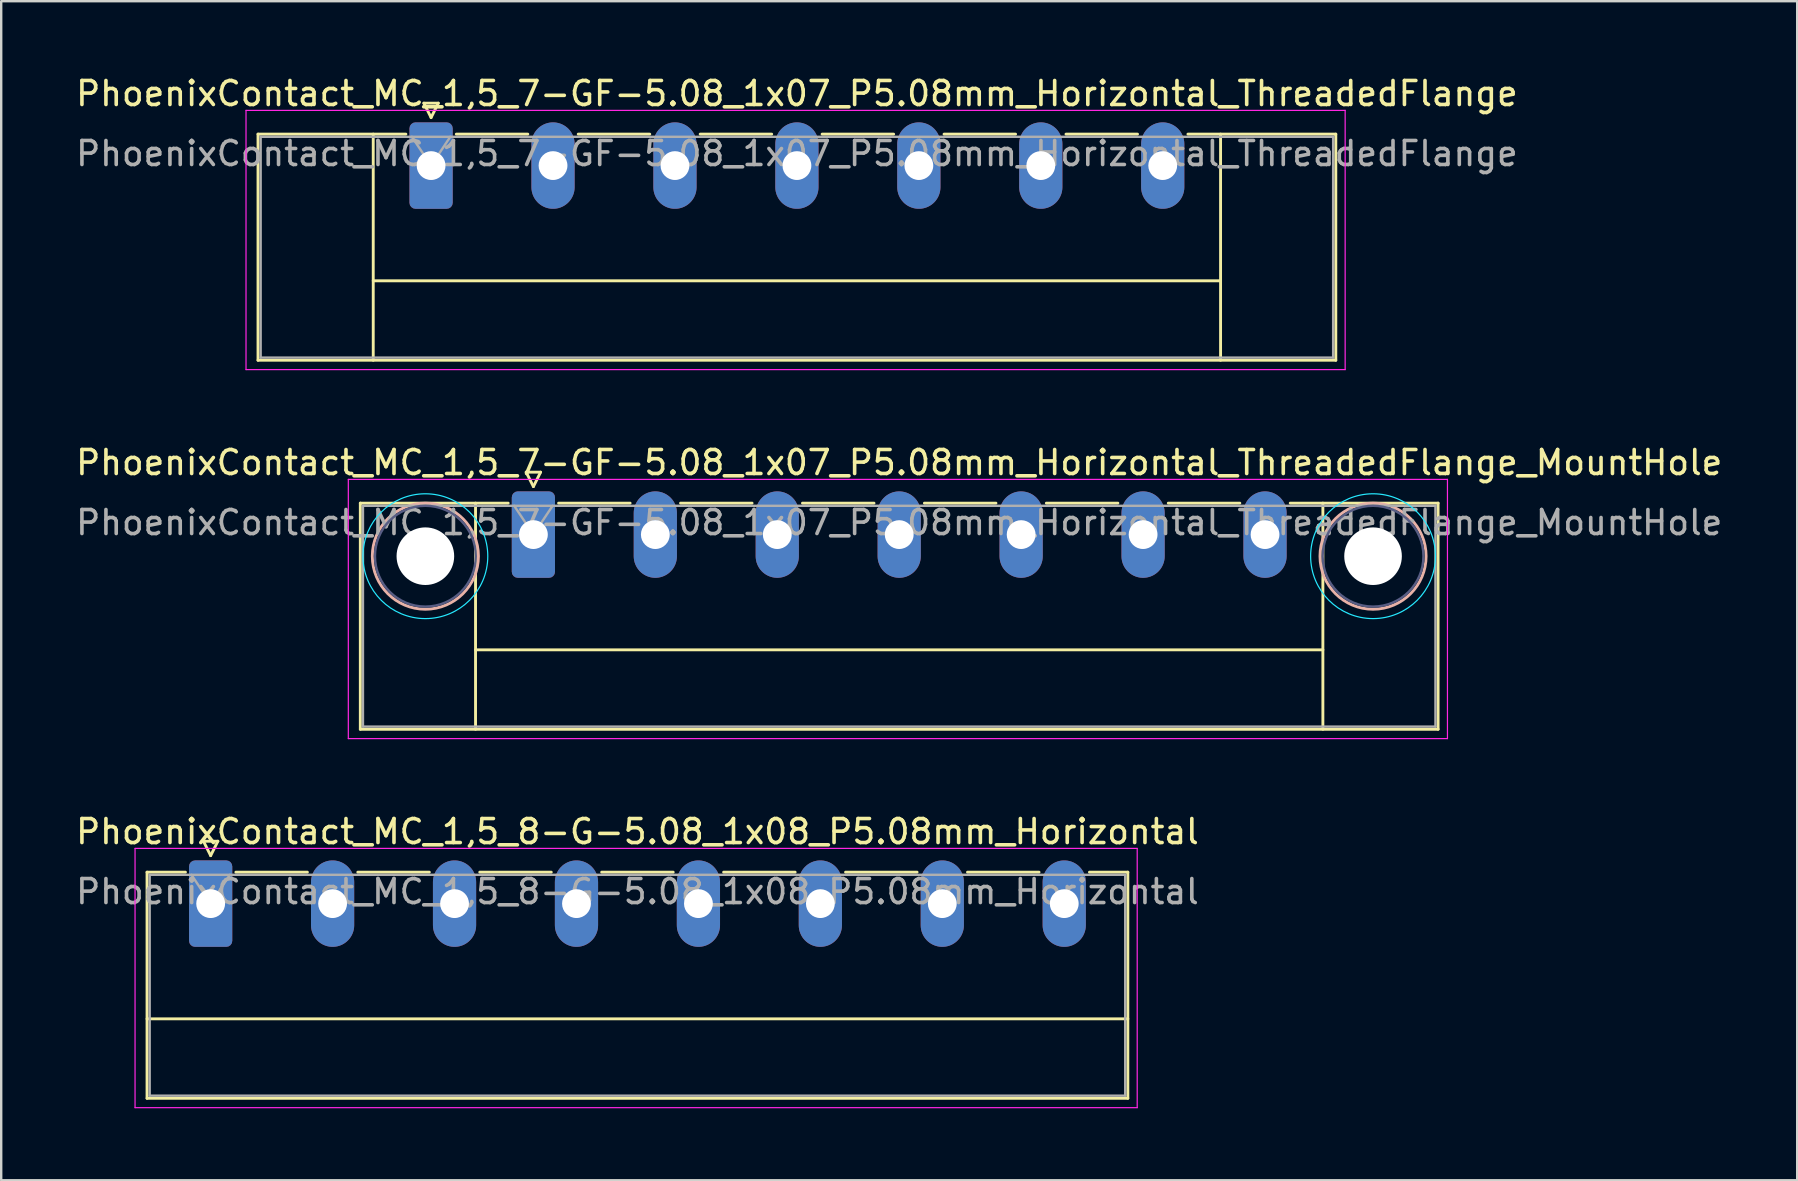
<source format=kicad_pcb>
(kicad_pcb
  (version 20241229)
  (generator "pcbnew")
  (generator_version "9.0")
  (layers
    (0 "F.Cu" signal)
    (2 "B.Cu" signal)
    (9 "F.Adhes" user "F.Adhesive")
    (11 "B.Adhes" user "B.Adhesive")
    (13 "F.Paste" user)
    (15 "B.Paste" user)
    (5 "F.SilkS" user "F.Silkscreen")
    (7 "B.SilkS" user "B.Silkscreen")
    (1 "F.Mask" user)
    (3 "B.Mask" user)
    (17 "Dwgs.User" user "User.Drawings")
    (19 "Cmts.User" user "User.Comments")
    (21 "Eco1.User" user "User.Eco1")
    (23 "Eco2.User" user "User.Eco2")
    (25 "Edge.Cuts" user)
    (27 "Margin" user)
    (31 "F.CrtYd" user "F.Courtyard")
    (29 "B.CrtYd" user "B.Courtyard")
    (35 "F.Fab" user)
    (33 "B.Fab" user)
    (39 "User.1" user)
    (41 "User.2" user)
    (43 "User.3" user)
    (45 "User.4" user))
  (footprint "PhoenixContact_MC_1,5_8-G-5.08_1x08_P5.08mm_Horizontal"
    (layer "F.Cu")
    (at 5.726 34.595)
    (property "Reference" "PhoenixContact_MC_1,5_8-G-5.08_1x08_P5.08mm_Horizontal" (at 17.78 -3 0) (layer "F.SilkS") (effects (font (size 1 1) (thickness 0.15))))
    (attr through_hole)
    (fp_line (start -2.65 -1.31) (end -2.65 8.11) (stroke (width 0.12) (type solid)) (layer "F.SilkS"))
    (fp_line (start -2.65 -1.31) (end -1.05 -1.31) (stroke (width 0.12) (type solid)) (layer "F.SilkS"))
    (fp_line (start -2.65 4.8) (end 38.21 4.8) (stroke (width 0.12) (type solid)) (layer "F.SilkS"))
    (fp_line (start -2.65 8.11) (end 38.21 8.11) (stroke (width 0.12) (type solid)) (layer "F.SilkS"))
    (fp_line (start -0.3 -2.6) (end 0.3 -2.6) (stroke (width 0.12) (type solid)) (layer "F.SilkS"))
    (fp_line (start 0 -2) (end -0.3 -2.6) (stroke (width 0.12) (type solid)) (layer "F.SilkS"))
    (fp_line (start 0.3 -2.6) (end 0 -2) (stroke (width 0.12) (type solid)) (layer "F.SilkS"))
    (fp_line (start 1.05 -1.31) (end 4.03 -1.31) (stroke (width 0.12) (type solid)) (layer "F.SilkS"))
    (fp_line (start 6.13 -1.31) (end 9.11 -1.31) (stroke (width 0.12) (type solid)) (layer "F.SilkS"))
    (fp_line (start 11.21 -1.31) (end 14.19 -1.31) (stroke (width 0.12) (type solid)) (layer "F.SilkS"))
    (fp_line (start 16.29 -1.31) (end 19.27 -1.31) (stroke (width 0.12) (type solid)) (layer "F.SilkS"))
    (fp_line (start 21.37 -1.31) (end 24.35 -1.31) (stroke (width 0.12) (type solid)) (layer "F.SilkS"))
    (fp_line (start 26.45 -1.31) (end 29.43 -1.31) (stroke (width 0.12) (type solid)) (layer "F.SilkS"))
    (fp_line (start 31.53 -1.31) (end 34.51 -1.31) (stroke (width 0.12) (type solid)) (layer "F.SilkS"))
    (fp_line (start 38.21 -1.31) (end 36.61 -1.31) (stroke (width 0.12) (type solid)) (layer "F.SilkS"))
    (fp_line (start 38.21 8.11) (end 38.21 -1.31) (stroke (width 0.12) (type solid)) (layer "F.SilkS"))
    (fp_line (start -3.15 -2.3) (end -3.15 8.5) (stroke (width 0.05) (type solid)) (layer "F.CrtYd"))
    (fp_line (start -3.15 8.5) (end 38.6 8.5) (stroke (width 0.05) (type solid)) (layer "F.CrtYd"))
    (fp_line (start 38.6 -2.3) (end -3.15 -2.3) (stroke (width 0.05) (type solid)) (layer "F.CrtYd"))
    (fp_line (start 38.6 8.5) (end 38.6 -2.3) (stroke (width 0.05) (type solid)) (layer "F.CrtYd"))
    (fp_line (start -2.54 -1.2) (end -2.54 8) (stroke (width 0.1) (type solid)) (layer "F.Fab"))
    (fp_line (start -2.54 8) (end 38.1 8) (stroke (width 0.1) (type solid)) (layer "F.Fab"))
    (fp_line (start 0 0) (end -0.8 -1.2) (stroke (width 0.1) (type solid)) (layer "F.Fab"))
    (fp_line (start 0.8 -1.2) (end 0 0) (stroke (width 0.1) (type solid)) (layer "F.Fab"))
    (fp_line (start 38.1 -1.2) (end -2.54 -1.2) (stroke (width 0.1) (type solid)) (layer "F.Fab"))
    (fp_line (start 38.1 8) (end 38.1 -1.2) (stroke (width 0.1) (type solid)) (layer "F.Fab"))
    (fp_text user "${REFERENCE}" (at 17.78 -0.5 0) (layer "F.Fab") (effects (font (size 1 1) (thickness 0.15))))
    (pad "1" thru_hole roundrect (at 0 0) (size 1.8 3.6) (drill 1.2) (layers "*.Cu" "*.Mask") (roundrect_rratio 0.139))
    (pad "2" thru_hole oval (at 5.08 0) (size 1.8 3.6) (drill 1.2) (layers "*.Cu" "*.Mask"))
    (pad "3" thru_hole oval (at 10.16 0) (size 1.8 3.6) (drill 1.2) (layers "*.Cu" "*.Mask"))
    (pad "4" thru_hole oval (at 15.24 0) (size 1.8 3.6) (drill 1.2) (layers "*.Cu" "*.Mask"))
    (pad "5" thru_hole oval (at 20.32 0) (size 1.8 3.6) (drill 1.2) (layers "*.Cu" "*.Mask"))
    (pad "6" thru_hole oval (at 25.4 0) (size 1.8 3.6) (drill 1.2) (layers "*.Cu" "*.Mask"))
    (pad "7" thru_hole oval (at 30.48 0) (size 1.8 3.6) (drill 1.2) (layers "*.Cu" "*.Mask"))
    (pad "8" thru_hole oval (at 35.56 0) (size 1.8 3.6) (drill 1.2) (layers "*.Cu" "*.Mask")))
  (footprint "PhoenixContact_MC_1,5_7-GF-5.08_1x07_P5.08mm_Horizontal_ThreadedFlange"
    (layer "F.Cu")
    (at 14.909 3.848)
    (property "Reference" "PhoenixContact_MC_1,5_7-GF-5.08_1x07_P5.08mm_Horizontal_ThreadedFlange" (at 15.24 -3 0) (layer "F.SilkS") (effects (font (size 1 1) (thickness 0.15))))
    (attr through_hole)
    (fp_line (start -7.21 -1.31) (end -7.21 8.11) (stroke (width 0.12) (type solid)) (layer "F.SilkS"))
    (fp_line (start -7.21 -1.31) (end -1.05 -1.31) (stroke (width 0.12) (type solid)) (layer "F.SilkS"))
    (fp_line (start -7.21 8.11) (end 37.69 8.11) (stroke (width 0.12) (type solid)) (layer "F.SilkS"))
    (fp_line (start -2.41 -1.31) (end -2.41 8.11) (stroke (width 0.12) (type solid)) (layer "F.SilkS"))
    (fp_line (start -2.41 4.8) (end 32.89 4.8) (stroke (width 0.12) (type solid)) (layer "F.SilkS"))
    (fp_line (start -0.3 -2.6) (end 0.3 -2.6) (stroke (width 0.12) (type solid)) (layer "F.SilkS"))
    (fp_line (start 0 -2) (end -0.3 -2.6) (stroke (width 0.12) (type solid)) (layer "F.SilkS"))
    (fp_line (start 0.3 -2.6) (end 0 -2) (stroke (width 0.12) (type solid)) (layer "F.SilkS"))
    (fp_line (start 1.05 -1.31) (end 4.03 -1.31) (stroke (width 0.12) (type solid)) (layer "F.SilkS"))
    (fp_line (start 6.13 -1.31) (end 9.11 -1.31) (stroke (width 0.12) (type solid)) (layer "F.SilkS"))
    (fp_line (start 11.21 -1.31) (end 14.19 -1.31) (stroke (width 0.12) (type solid)) (layer "F.SilkS"))
    (fp_line (start 16.29 -1.31) (end 19.27 -1.31) (stroke (width 0.12) (type solid)) (layer "F.SilkS"))
    (fp_line (start 21.37 -1.31) (end 24.35 -1.31) (stroke (width 0.12) (type solid)) (layer "F.SilkS"))
    (fp_line (start 26.45 -1.31) (end 29.43 -1.31) (stroke (width 0.12) (type solid)) (layer "F.SilkS"))
    (fp_line (start 32.89 -1.31) (end 32.89 8.11) (stroke (width 0.12) (type solid)) (layer "F.SilkS"))
    (fp_line (start 37.69 -1.31) (end 31.53 -1.31) (stroke (width 0.12) (type solid)) (layer "F.SilkS"))
    (fp_line (start 37.69 8.11) (end 37.69 -1.31) (stroke (width 0.12) (type solid)) (layer "F.SilkS"))
    (fp_line (start -7.71 -2.3) (end -7.71 8.5) (stroke (width 0.05) (type solid)) (layer "F.CrtYd"))
    (fp_line (start -7.71 8.5) (end 38.08 8.5) (stroke (width 0.05) (type solid)) (layer "F.CrtYd"))
    (fp_line (start 38.08 -2.3) (end -7.71 -2.3) (stroke (width 0.05) (type solid)) (layer "F.CrtYd"))
    (fp_line (start 38.08 8.5) (end 38.08 -2.3) (stroke (width 0.05) (type solid)) (layer "F.CrtYd"))
    (fp_line (start -7.1 -1.2) (end -7.1 8) (stroke (width 0.1) (type solid)) (layer "F.Fab"))
    (fp_line (start -7.1 8) (end 37.58 8) (stroke (width 0.1) (type solid)) (layer "F.Fab"))
    (fp_line (start 0 0) (end -0.8 -1.2) (stroke (width 0.1) (type solid)) (layer "F.Fab"))
    (fp_line (start 0.8 -1.2) (end 0 0) (stroke (width 0.1) (type solid)) (layer "F.Fab"))
    (fp_line (start 37.58 -1.2) (end -7.1 -1.2) (stroke (width 0.1) (type solid)) (layer "F.Fab"))
    (fp_line (start 37.58 8) (end 37.58 -1.2) (stroke (width 0.1) (type solid)) (layer "F.Fab"))
    (fp_text user "${REFERENCE}" (at 15.24 -0.5 0) (layer "F.Fab") (effects (font (size 1 1) (thickness 0.15))))
    (pad "1" thru_hole roundrect (at 0 0) (size 1.8 3.6) (drill 1.2) (layers "*.Cu" "*.Mask") (roundrect_rratio 0.139))
    (pad "2" thru_hole oval (at 5.08 0) (size 1.8 3.6) (drill 1.2) (layers "*.Cu" "*.Mask"))
    (pad "3" thru_hole oval (at 10.16 0) (size 1.8 3.6) (drill 1.2) (layers "*.Cu" "*.Mask"))
    (pad "4" thru_hole oval (at 15.24 0) (size 1.8 3.6) (drill 1.2) (layers "*.Cu" "*.Mask"))
    (pad "5" thru_hole oval (at 20.32 0) (size 1.8 3.6) (drill 1.2) (layers "*.Cu" "*.Mask"))
    (pad "6" thru_hole oval (at 25.4 0) (size 1.8 3.6) (drill 1.2) (layers "*.Cu" "*.Mask"))
    (pad "7" thru_hole oval (at 30.48 0) (size 1.8 3.6) (drill 1.2) (layers "*.Cu" "*.Mask")))
  (footprint "PhoenixContact_MC_1,5_7-GF-5.08_1x07_P5.08mm_Horizontal_ThreadedFlange_MountHole"
    (layer "F.Cu")
    (at 19.171 19.221)
    (property "Reference" "PhoenixContact_MC_1,5_7-GF-5.08_1x07_P5.08mm_Horizontal_ThreadedFlange_MountHole" (at 15.24 -3 0) (layer "F.SilkS") (effects (font (size 1 1) (thickness 0.15))))
    (attr through_hole)
    (fp_line (start -7.21 -1.31) (end -7.21 8.11) (stroke (width 0.12) (type solid)) (layer "F.SilkS"))
    (fp_line (start -7.21 -1.31) (end -1.05 -1.31) (stroke (width 0.12) (type solid)) (layer "F.SilkS"))
    (fp_line (start -7.21 8.11) (end 37.69 8.11) (stroke (width 0.12) (type solid)) (layer "F.SilkS"))
    (fp_line (start -2.41 -1.31) (end -2.41 8.11) (stroke (width 0.12) (type solid)) (layer "F.SilkS"))
    (fp_line (start -2.41 4.8) (end 32.89 4.8) (stroke (width 0.12) (type solid)) (layer "F.SilkS"))
    (fp_line (start -0.3 -2.6) (end 0.3 -2.6) (stroke (width 0.12) (type solid)) (layer "F.SilkS"))
    (fp_line (start 0 -2) (end -0.3 -2.6) (stroke (width 0.12) (type solid)) (layer "F.SilkS"))
    (fp_line (start 0.3 -2.6) (end 0 -2) (stroke (width 0.12) (type solid)) (layer "F.SilkS"))
    (fp_line (start 1.05 -1.31) (end 4.03 -1.31) (stroke (width 0.12) (type solid)) (layer "F.SilkS"))
    (fp_line (start 6.13 -1.31) (end 9.11 -1.31) (stroke (width 0.12) (type solid)) (layer "F.SilkS"))
    (fp_line (start 11.21 -1.31) (end 14.19 -1.31) (stroke (width 0.12) (type solid)) (layer "F.SilkS"))
    (fp_line (start 16.29 -1.31) (end 19.27 -1.31) (stroke (width 0.12) (type solid)) (layer "F.SilkS"))
    (fp_line (start 21.37 -1.31) (end 24.35 -1.31) (stroke (width 0.12) (type solid)) (layer "F.SilkS"))
    (fp_line (start 26.45 -1.31) (end 29.43 -1.31) (stroke (width 0.12) (type solid)) (layer "F.SilkS"))
    (fp_line (start 32.89 -1.31) (end 32.89 8.11) (stroke (width 0.12) (type solid)) (layer "F.SilkS"))
    (fp_line (start 37.69 -1.31) (end 31.53 -1.31) (stroke (width 0.12) (type solid)) (layer "F.SilkS"))
    (fp_line (start 37.69 8.11) (end 37.69 -1.31) (stroke (width 0.12) (type solid)) (layer "F.SilkS"))
    (fp_circle (center -4.5 0.9) (end -2.29 0.9) (stroke (width 0.12) (type solid)) (fill no) (layer "B.SilkS"))
    (fp_circle (center 34.98 0.9) (end 37.19 0.9) (stroke (width 0.12) (type solid)) (fill no) (layer "B.SilkS"))
    (fp_circle (center -4.5 0.9) (end -1.9 0.9) (stroke (width 0.05) (type solid)) (fill no) (layer "B.CrtYd"))
    (fp_circle (center 34.98 0.9) (end 37.58 0.9) (stroke (width 0.05) (type solid)) (fill no) (layer "B.CrtYd"))
    (fp_line (start -7.71 -2.3) (end -7.71 8.5) (stroke (width 0.05) (type solid)) (layer "F.CrtYd"))
    (fp_line (start -7.71 8.5) (end 38.08 8.5) (stroke (width 0.05) (type solid)) (layer "F.CrtYd"))
    (fp_line (start 38.08 -2.3) (end -7.71 -2.3) (stroke (width 0.05) (type solid)) (layer "F.CrtYd"))
    (fp_line (start 38.08 8.5) (end 38.08 -2.3) (stroke (width 0.05) (type solid)) (layer "F.CrtYd"))
    (fp_circle (center -4.5 0.9) (end -2.4 0.9) (stroke (width 0.1) (type solid)) (fill no) (layer "B.Fab"))
    (fp_circle (center 34.98 0.9) (end 37.08 0.9) (stroke (width 0.1) (type solid)) (fill no) (layer "B.Fab"))
    (fp_line (start -7.1 -1.2) (end -7.1 8) (stroke (width 0.1) (type solid)) (layer "F.Fab"))
    (fp_line (start -7.1 8) (end 37.58 8) (stroke (width 0.1) (type solid)) (layer "F.Fab"))
    (fp_line (start 0 0) (end -0.8 -1.2) (stroke (width 0.1) (type solid)) (layer "F.Fab"))
    (fp_line (start 0.8 -1.2) (end 0 0) (stroke (width 0.1) (type solid)) (layer "F.Fab"))
    (fp_line (start 37.58 -1.2) (end -7.1 -1.2) (stroke (width 0.1) (type solid)) (layer "F.Fab"))
    (fp_line (start 37.58 8) (end 37.58 -1.2) (stroke (width 0.1) (type solid)) (layer "F.Fab"))
    (fp_text user "${REFERENCE}" (at 15.24 -0.5 0) (layer "F.Fab") (effects (font (size 1 1) (thickness 0.15))))
    (pad "" np_thru_hole circle (at -4.5 0.9) (size 2.4 2.4) (drill 2.4) (layers "*.Cu" "*.Mask"))
    (pad "" np_thru_hole circle (at 34.98 0.9) (size 2.4 2.4) (drill 2.4) (layers "*.Cu" "*.Mask"))
    (pad "1" thru_hole roundrect (at 0 0) (size 1.8 3.6) (drill 1.2) (layers "*.Cu" "*.Mask") (roundrect_rratio 0.139))
    (pad "2" thru_hole oval (at 5.08 0) (size 1.8 3.6) (drill 1.2) (layers "*.Cu" "*.Mask"))
    (pad "3" thru_hole oval (at 10.16 0) (size 1.8 3.6) (drill 1.2) (layers "*.Cu" "*.Mask"))
    (pad "4" thru_hole oval (at 15.24 0) (size 1.8 3.6) (drill 1.2) (layers "*.Cu" "*.Mask"))
    (pad "5" thru_hole oval (at 20.32 0) (size 1.8 3.6) (drill 1.2) (layers "*.Cu" "*.Mask"))
    (pad "6" thru_hole oval (at 25.4 0) (size 1.8 3.6) (drill 1.2) (layers "*.Cu" "*.Mask"))
    (pad "7" thru_hole oval (at 30.48 0) (size 1.8 3.6) (drill 1.2) (layers "*.Cu" "*.Mask")))
  (gr_rect
    (start -3 -3)
    (end 71.821 46.12)
    (stroke (width 0.1) (type default))
    (fill no)
    (layer "Edge.Cuts")))
</source>
